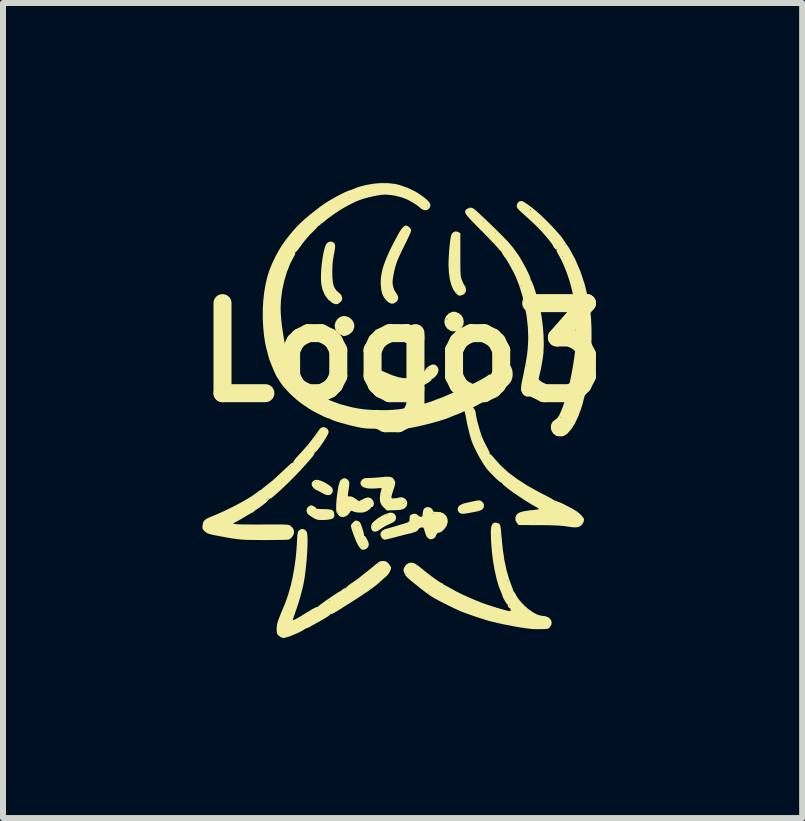
<source format=kicad_pcb>
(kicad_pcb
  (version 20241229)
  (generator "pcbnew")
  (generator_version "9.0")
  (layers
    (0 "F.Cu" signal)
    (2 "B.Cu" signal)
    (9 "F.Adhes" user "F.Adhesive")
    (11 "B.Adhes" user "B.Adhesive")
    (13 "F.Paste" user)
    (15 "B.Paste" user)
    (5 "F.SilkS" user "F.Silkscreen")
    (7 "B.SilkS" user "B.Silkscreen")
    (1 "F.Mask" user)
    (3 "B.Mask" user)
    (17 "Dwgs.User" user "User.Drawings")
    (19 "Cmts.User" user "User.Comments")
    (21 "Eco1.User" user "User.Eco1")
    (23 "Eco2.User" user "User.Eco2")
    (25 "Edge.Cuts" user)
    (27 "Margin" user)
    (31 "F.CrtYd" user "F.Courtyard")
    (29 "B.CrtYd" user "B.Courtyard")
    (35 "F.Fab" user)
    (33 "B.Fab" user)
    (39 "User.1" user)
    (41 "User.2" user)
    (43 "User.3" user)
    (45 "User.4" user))
  (footprint "Logo3"
    (layer "F.Cu")
    (at 3.657 2.822)
    (property "Reference" "Logo3" (at 0 0 0) (layer "F.SilkS") (effects (font (size 1.5 1.5) (thickness 0.3))))
    (attr board_only exclude_from_pos_files exclude_from_bom)
    (fp_poly (pts (xy 0.371 0.305) (xy 0.365 0.311) (xy 0.359 0.305) (xy 0.365 0.299)) (stroke (width 0) (type solid)) (fill yes) (layer "F.SilkS"))
    (fp_poly (pts (xy -1.367 2.135) (xy -1.3 2.165) (xy -1.293 2.169) (xy -1.228 2.208) (xy -1.185 2.243) (xy -1.164 2.278) (xy -1.162 2.313) (xy -1.179 2.349) (xy -1.208 2.374) (xy -1.249 2.378) (xy -1.3 2.363) (xy -1.35 2.336) (xy -1.386 2.315) (xy -1.415 2.3) (xy -1.43 2.295) (xy -1.447 2.287) (xy -1.472 2.268) (xy -1.481 2.26) (xy -1.51 2.222) (xy -1.516 2.185) (xy -1.499 2.15) (xy -1.494 2.146) (xy -1.458 2.146) (xy -1.452 2.152) (xy -1.446 2.146) (xy -1.452 2.14) (xy -1.458 2.146) (xy -1.494 2.146) (xy -1.491 2.143) (xy -1.46 2.124) (xy -1.419 2.122)) (stroke (width 0) (type solid)) (fill yes) (layer "F.SilkS"))
    (fp_poly (pts (xy 1.293 2.467) (xy 1.305 2.472) (xy 1.308 2.474) (xy 1.34 2.501) (xy 1.356 2.538) (xy 1.353 2.576) (xy 1.35 2.584) (xy 1.337 2.604) (xy 1.321 2.619) (xy 1.296 2.632) (xy 1.259 2.644) (xy 1.208 2.655) (xy 1.136 2.669) (xy 1.123 2.671) (xy 1.061 2.682) (xy 1.018 2.687) (xy 0.989 2.687) (xy 0.968 2.683) (xy 0.951 2.673) (xy 0.944 2.668) (xy 0.922 2.637) (xy 0.917 2.613) (xy 0.926 2.575) (xy 0.954 2.545) (xy 1.003 2.521) (xy 1.055 2.507) (xy 1.132 2.49) (xy 1.19 2.477) (xy 1.231 2.469) (xy 1.26 2.465) (xy 1.279 2.465)) (stroke (width 0) (type solid)) (fill yes) (layer "F.SilkS"))
    (fp_poly (pts (xy -0.945 -0.605) (xy -0.898 -0.588) (xy -0.858 -0.559) (xy -0.826 -0.52) (xy -0.807 -0.475) (xy -0.804 -0.425) (xy -0.821 -0.373) (xy -0.83 -0.357) (xy -0.859 -0.325) (xy -0.896 -0.299) (xy -0.936 -0.281) (xy -0.973 -0.273) (xy -1 -0.278) (xy -1.01 -0.287) (xy -1.024 -0.294) (xy -1.028 -0.293) (xy -1.045 -0.295) (xy -1.068 -0.312) (xy -1.093 -0.339) (xy -1.114 -0.371) (xy -1.117 -0.377) (xy -1.076 -0.377) (xy -1.07 -0.371) (xy -1.064 -0.377) (xy -1.07 -0.382) (xy -1.076 -0.377) (xy -1.117 -0.377) (xy -1.122 -0.388) (xy -1.132 -0.448) (xy -1.118 -0.506) (xy -1.086 -0.555) (xy -1.042 -0.591) (xy -0.994 -0.607)) (stroke (width 0) (type solid)) (fill yes) (layer "F.SilkS"))
    (fp_poly (pts (xy -1.504 2.551) (xy -1.478 2.564) (xy -1.455 2.578) (xy -1.441 2.591) (xy -1.44 2.596) (xy -1.44 2.601) (xy -1.425 2.605) (xy -1.392 2.607) (xy -1.34 2.609) (xy -1.295 2.61) (xy -1.231 2.613) (xy -1.187 2.621) (xy -1.159 2.636) (xy -1.144 2.66) (xy -1.138 2.695) (xy -1.137 2.699) (xy -1.139 2.733) (xy -1.151 2.755) (xy -1.165 2.766) (xy -1.194 2.777) (xy -1.239 2.785) (xy -1.292 2.79) (xy -1.347 2.792) (xy -1.395 2.79) (xy -1.426 2.785) (xy -1.46 2.771) (xy -1.5 2.748) (xy -1.54 2.722) (xy -1.573 2.696) (xy -1.59 2.677) (xy -1.602 2.634) (xy -1.591 2.594) (xy -1.57 2.571) (xy -1.544 2.554) (xy -1.523 2.546) (xy -1.523 2.546)) (stroke (width 0) (type solid)) (fill yes) (layer "F.SilkS"))
    (fp_poly (pts (xy 0.879 -0.677) (xy 0.932 -0.656) (xy 0.979 -0.619) (xy 1.008 -0.572) (xy 1.019 -0.52) (xy 1.014 -0.469) (xy 0.994 -0.421) (xy 0.958 -0.383) (xy 0.909 -0.358) (xy 0.878 -0.352) (xy 0.836 -0.352) (xy 0.797 -0.362) (xy 0.795 -0.363) (xy 0.744 -0.398) (xy 0.725 -0.424) (xy 0.968 -0.424) (xy 0.974 -0.418) (xy 0.98 -0.424) (xy 0.974 -0.43) (xy 0.968 -0.424) (xy 0.725 -0.424) (xy 0.712 -0.444) (xy 0.697 -0.497) (xy 0.701 -0.551) (xy 0.703 -0.556) (xy 0.717 -0.556) (xy 0.723 -0.55) (xy 0.729 -0.556) (xy 0.741 -0.556) (xy 0.747 -0.55) (xy 0.753 -0.556) (xy 0.747 -0.562) (xy 0.741 -0.556) (xy 0.729 -0.556) (xy 0.723 -0.562) (xy 0.717 -0.556) (xy 0.703 -0.556) (xy 0.724 -0.603) (xy 0.767 -0.648) (xy 0.776 -0.654) (xy 0.827 -0.677)) (stroke (width 0) (type solid)) (fill yes) (layer "F.SilkS"))
    (fp_poly (pts (xy -1.166 -1.841) (xy -1.144 -1.826) (xy -1.13 -1.807) (xy -1.124 -1.779) (xy -1.125 -1.739) (xy -1.134 -1.682) (xy -1.143 -1.638) (xy -1.159 -1.547) (xy -1.168 -1.461) (xy -1.171 -1.365) (xy -1.171 -1.344) (xy -1.169 -1.25) (xy -1.163 -1.176) (xy -1.151 -1.118) (xy -1.13 -1.071) (xy -1.101 -1.031) (xy -1.061 -0.994) (xy -1.041 -0.979) (xy -1.021 -0.953) (xy -1.008 -0.917) (xy -1.006 -0.886) (xy -1.016 -0.862) (xy -1.038 -0.837) (xy -1.075 -0.809) (xy -1.112 -0.803) (xy -1.155 -0.817) (xy -1.171 -0.826) (xy -1.239 -0.881) (xy -1.293 -0.953) (xy -1.332 -1.042) (xy -1.352 -1.124) (xy -1.359 -1.193) (xy -1.36 -1.278) (xy -1.356 -1.372) (xy -1.347 -1.471) (xy -1.334 -1.568) (xy -1.318 -1.658) (xy -1.299 -1.736) (xy -1.278 -1.796) (xy -1.277 -1.798) (xy -1.252 -1.829) (xy -1.217 -1.846) (xy -1.179 -1.846)) (stroke (width 0) (type solid)) (fill yes) (layer "F.SilkS"))
    (fp_poly (pts (xy -0.167 2.672) (xy -0.134 2.692) (xy -0.113 2.723) (xy -0.108 2.761) (xy -0.122 2.799) (xy -0.128 2.807) (xy -0.15 2.824) (xy -0.186 2.844) (xy -0.226 2.862) (xy -0.278 2.886) (xy -0.332 2.918) (xy -0.364 2.94) (xy -0.416 2.974) (xy -0.457 2.987) (xy -0.49 2.979) (xy -0.506 2.966) (xy -0.52 2.94) (xy -0.526 2.904) (xy -0.526 2.902) (xy -0.524 2.881) (xy -0.514 2.881) (xy -0.51 2.89) (xy -0.506 2.889) (xy -0.505 2.874) (xy -0.506 2.873) (xy -0.513 2.874) (xy -0.514 2.881) (xy -0.524 2.881) (xy -0.523 2.876) (xy -0.512 2.853) (xy -0.489 2.827) (xy -0.464 2.804) (xy -0.409 2.761) (xy -0.345 2.722) (xy -0.315 2.707) (xy -0.263 2.707) (xy -0.257 2.713) (xy -0.251 2.707) (xy -0.257 2.701) (xy -0.263 2.707) (xy -0.315 2.707) (xy -0.28 2.691) (xy -0.221 2.671) (xy -0.21 2.669)) (stroke (width 0) (type solid)) (fill yes) (layer "F.SilkS"))
    (fp_poly (pts (xy 0.919 -2.011) (xy 0.93 -2.005) (xy 0.962 -1.986) (xy 0.962 -1.629) (xy 0.962 -1.527) (xy 0.963 -1.446) (xy 0.963 -1.383) (xy 0.965 -1.335) (xy 0.967 -1.298) (xy 0.97 -1.269) (xy 0.975 -1.247) (xy 0.981 -1.227) (xy 0.989 -1.206) (xy 0.991 -1.201) (xy 1.007 -1.163) (xy 1.02 -1.135) (xy 1.027 -1.124) (xy 1.037 -1.109) (xy 1.049 -1.083) (xy 1.05 -1.081) (xy 1.058 -1.034) (xy 1.045 -0.994) (xy 1.012 -0.964) (xy 0.97 -0.949) (xy 0.945 -0.946) (xy 0.925 -0.954) (xy 0.901 -0.974) (xy 0.886 -0.989) (xy 0.88 -0.998) (xy 0.896 -0.998) (xy 0.902 -0.992) (xy 0.908 -0.998) (xy 0.902 -1.004) (xy 0.896 -0.998) (xy 0.88 -0.998) (xy 0.844 -1.048) (xy 0.811 -1.128) (xy 0.786 -1.225) (xy 0.771 -1.338) (xy 0.765 -1.465) (xy 0.765 -1.47) (xy 0.767 -1.541) (xy 0.771 -1.619) (xy 0.776 -1.699) (xy 0.783 -1.777) (xy 0.791 -1.847) (xy 0.8 -1.906) (xy 0.809 -1.95) (xy 0.815 -1.969) (xy 0.842 -2.002) (xy 0.879 -2.017)) (stroke (width 0) (type solid)) (fill yes) (layer "F.SilkS"))
    (fp_poly (pts (xy -0.756 2.803) (xy -0.727 2.816) (xy -0.71 2.831) (xy -0.698 2.853) (xy -0.684 2.889) (xy -0.669 2.932) (xy -0.656 2.977) (xy -0.646 3.016) (xy -0.641 3.043) (xy -0.642 3.052) (xy -0.642 3.058) (xy -0.637 3.056) (xy -0.625 3.061) (xy -0.609 3.083) (xy -0.591 3.114) (xy -0.575 3.149) (xy -0.564 3.182) (xy -0.562 3.201) (xy -0.573 3.239) (xy -0.601 3.269) (xy -0.639 3.286) (xy -0.654 3.287) (xy -0.677 3.284) (xy -0.697 3.271) (xy -0.719 3.244) (xy -0.727 3.233) (xy -0.693 3.233) (xy -0.687 3.239) (xy -0.681 3.233) (xy -0.687 3.227) (xy -0.693 3.233) (xy -0.727 3.233) (xy -0.733 3.224) (xy -0.752 3.192) (xy -0.774 3.144) (xy -0.797 3.088) (xy -0.82 3.028) (xy -0.839 2.972) (xy -0.854 2.924) (xy -0.86 2.89) (xy -0.861 2.887) (xy -0.741 2.887) (xy -0.735 2.893) (xy -0.729 2.887) (xy -0.735 2.881) (xy -0.741 2.887) (xy -0.861 2.887) (xy -0.861 2.885) (xy -0.853 2.866) (xy -0.833 2.84) (xy -0.824 2.831) (xy -0.797 2.807) (xy -0.773 2.8)) (stroke (width 0) (type solid)) (fill yes) (layer "F.SilkS"))
    (fp_poly (pts (xy 0.083 -2.107) (xy 0.113 -2.085) (xy 0.136 -2.057) (xy 0.143 -2.035) (xy 0.138 -2.015) (xy 0.124 -1.978) (xy 0.102 -1.929) (xy 0.075 -1.872) (xy 0.061 -1.843) (xy 0.022 -1.764) (xy -0.01 -1.7) (xy -0.037 -1.643) (xy -0.062 -1.588) (xy -0.084 -1.536) (xy -0.106 -1.476) (xy -0.127 -1.404) (xy -0.145 -1.326) (xy -0.159 -1.252) (xy -0.166 -1.189) (xy -0.167 -1.165) (xy -0.161 -1.111) (xy -0.145 -1.057) (xy -0.123 -1.013) (xy -0.116 -1.004) (xy -0.083 -0.953) (xy -0.072 -0.907) (xy -0.085 -0.866) (xy -0.104 -0.843) (xy -0.146 -0.816) (xy -0.189 -0.813) (xy -0.233 -0.833) (xy -0.268 -0.864) (xy -0.311 -0.918) (xy -0.34 -0.979) (xy -0.357 -1.052) (xy -0.364 -1.142) (xy -0.364 -1.165) (xy -0.361 -1.243) (xy -0.349 -1.323) (xy -0.329 -1.408) (xy -0.298 -1.5) (xy -0.257 -1.602) (xy -0.222 -1.679) (xy -0.06 -1.679) (xy -0.054 -1.673) (xy -0.048 -1.679) (xy -0.054 -1.685) (xy -0.06 -1.679) (xy -0.222 -1.679) (xy -0.205 -1.717) (xy -0.14 -1.845) (xy -0.065 -1.984) (xy -0.028 -2.044) (xy 0.007 -2.087) (xy 0.038 -2.111) (xy 0.055 -2.116)) (stroke (width 0) (type solid)) (fill yes) (layer "F.SilkS"))
    (fp_poly (pts (xy 0.547 0.208) (xy 0.577 0.234) (xy 0.595 0.273) (xy 0.598 0.295) (xy 0.591 0.332) (xy 0.571 0.37) (xy 0.554 0.391) (xy 0.527 0.42) (xy 0.505 0.436) (xy 0.495 0.438) (xy 0.484 0.439) (xy 0.485 0.447) (xy 0.479 0.462) (xy 0.454 0.484) (xy 0.415 0.51) (xy 0.364 0.538) (xy 0.306 0.566) (xy 0.29 0.573) (xy 0.204 0.6) (xy 0.108 0.615) (xy 0.013 0.616) (xy -0.036 0.61) (xy -0.092 0.597) (xy -0.159 0.576) (xy -0.231 0.55) (xy -0.303 0.52) (xy -0.37 0.489) (xy -0.425 0.46) (xy -0.382 0.46) (xy -0.377 0.466) (xy -0.371 0.46) (xy -0.377 0.454) (xy -0.382 0.46) (xy -0.425 0.46) (xy -0.428 0.458) (xy -0.472 0.431) (xy -0.491 0.415) (xy -0.511 0.378) (xy -0.51 0.337) (xy -0.49 0.301) (xy -0.47 0.285) (xy -0.447 0.277) (xy -0.417 0.28) (xy -0.375 0.293) (xy -0.318 0.317) (xy -0.295 0.328) (xy -0.177 0.378) (xy -0.074 0.411) (xy 0.018 0.428) (xy 0.101 0.428) (xy 0.177 0.411) (xy 0.25 0.378) (xy 0.307 0.34) (xy 0.335 0.322) (xy 0.356 0.314) (xy 0.359 0.314) (xy 0.373 0.307) (xy 0.377 0.296) (xy 0.391 0.269) (xy 0.391 0.269) (xy 0.418 0.269) (xy 0.424 0.275) (xy 0.43 0.269) (xy 0.424 0.263) (xy 0.418 0.269) (xy 0.391 0.269) (xy 0.423 0.239) (xy 0.467 0.21) (xy 0.468 0.209) (xy 0.509 0.199)) (stroke (width 0) (type solid)) (fill yes) (layer "F.SilkS"))
    (fp_poly (pts (xy -0.197 2.075) (xy -0.17 2.086) (xy -0.151 2.105) (xy -0.135 2.134) (xy -0.126 2.153) (xy -0.122 2.171) (xy -0.124 2.192) (xy -0.131 2.222) (xy -0.145 2.266) (xy -0.155 2.296) (xy -0.175 2.358) (xy -0.185 2.402) (xy -0.185 2.425) (xy -0.184 2.427) (xy -0.166 2.431) (xy -0.133 2.43) (xy -0.09 2.424) (xy -0.047 2.414) (xy -0.041 2.413) (xy -0.006 2.413) (xy 0.031 2.43) (xy 0.061 2.457) (xy 0.064 2.462) (xy 0.079 2.508) (xy 0.071 2.551) (xy 0.041 2.59) (xy 0.032 2.597) (xy 0.011 2.609) (xy -0.013 2.617) (xy -0.046 2.623) (xy -0.093 2.626) (xy -0.135 2.628) (xy -0.263 2.632) (xy -0.316 2.58) (xy -0.349 2.542) (xy -0.364 2.516) (xy 0.012 2.516) (xy 0.018 2.522) (xy 0.024 2.516) (xy 0.018 2.51) (xy 0.012 2.516) (xy -0.364 2.516) (xy -0.368 2.509) (xy -0.369 2.504) (xy 0.036 2.504) (xy 0.042 2.51) (xy 0.048 2.504) (xy 0.042 2.498) (xy 0.036 2.504) (xy -0.369 2.504) (xy -0.377 2.472) (xy -0.378 2.416) (xy -0.371 2.351) (xy -0.355 2.289) (xy -0.351 2.278) (xy -0.349 2.267) (xy -0.354 2.261) (xy -0.372 2.26) (xy -0.408 2.262) (xy -0.429 2.264) (xy -0.515 2.268) (xy -0.587 2.263) (xy -0.643 2.249) (xy -0.678 2.228) (xy -0.701 2.193) (xy -0.701 2.158) (xy -0.677 2.122) (xy -0.676 2.121) (xy -0.654 2.104) (xy -0.628 2.095) (xy -0.589 2.092) (xy -0.577 2.092) (xy -0.537 2.091) (xy -0.481 2.087) (xy -0.417 2.083) (xy -0.362 2.078) (xy -0.289 2.071) (xy -0.235 2.07)) (stroke (width 0) (type solid)) (fill yes) (layer "F.SilkS"))
    (fp_poly (pts (xy -0.95 2.096) (xy -0.915 2.12) (xy -0.914 2.121) (xy -0.898 2.14) (xy -0.889 2.162) (xy -0.887 2.192) (xy -0.891 2.234) (xy -0.9 2.294) (xy -0.902 2.301) (xy -0.908 2.344) (xy -0.912 2.377) (xy -0.911 2.394) (xy -0.911 2.395) (xy -0.897 2.4) (xy -0.878 2.398) (xy -0.853 2.399) (xy -0.817 2.416) (xy -0.787 2.435) (xy -0.724 2.478) (xy -0.667 2.446) (xy -0.627 2.428) (xy -0.59 2.417) (xy -0.574 2.414) (xy -0.534 2.425) (xy -0.501 2.454) (xy -0.481 2.493) (xy -0.478 2.515) (xy -0.483 2.546) (xy -0.495 2.569) (xy -0.51 2.577) (xy -0.519 2.573) (xy -0.525 2.573) (xy -0.524 2.58) (xy -0.531 2.595) (xy -0.554 2.616) (xy -0.577 2.632) (xy -0.615 2.653) (xy -0.652 2.664) (xy -0.698 2.668) (xy -0.709 2.668) (xy -0.769 2.664) (xy -0.815 2.652) (xy -0.822 2.649) (xy -0.848 2.637) (xy -0.862 2.639) (xy -0.875 2.658) (xy -0.878 2.665) (xy -0.913 2.709) (xy -0.965 2.737) (xy -0.987 2.742) (xy -1.02 2.743) (xy -1.049 2.727) (xy -1.054 2.723) (xy -1.08 2.696) (xy -1.088 2.683) (xy -1.076 2.683) (xy -1.07 2.689) (xy -1.064 2.683) (xy -1.07 2.677) (xy -1.076 2.683) (xy -1.088 2.683) (xy -1.098 2.67) (xy -1.1 2.66) (xy -1.088 2.66) (xy -1.082 2.666) (xy -1.076 2.66) (xy -1.082 2.654) (xy -1.088 2.66) (xy -1.1 2.66) (xy -1.105 2.642) (xy -1.107 2.595) (xy -1.106 2.533) (xy -1.101 2.462) (xy -1.093 2.384) (xy -1.081 2.304) (xy -1.077 2.277) (xy -1.065 2.217) (xy -1.055 2.176) (xy -1.045 2.148) (xy -1.033 2.129) (xy -1.022 2.119) (xy -0.985 2.096)) (stroke (width 0) (type solid)) (fill yes) (layer "F.SilkS"))
    (fp_poly (pts (xy 0.469 2.588) (xy 0.499 2.618) (xy 0.506 2.636) (xy 0.514 2.65) (xy 0.532 2.656) (xy 0.565 2.656) (xy 0.572 2.655) (xy 0.635 2.661) (xy 0.687 2.684) (xy 0.726 2.722) (xy 0.748 2.77) (xy 0.753 2.824) (xy 0.736 2.881) (xy 0.725 2.902) (xy 0.692 2.946) (xy 0.657 2.979) (xy 0.625 2.998) (xy 0.612 3) (xy 0.582 3.008) (xy 0.563 3.034) (xy 0.557 3.051) (xy 0.539 3.083) (xy 0.507 3.105) (xy 0.47 3.113) (xy 0.451 3.109) (xy 0.423 3.093) (xy 0.401 3.068) (xy 0.383 3.027) (xy 0.371 2.987) (xy 0.36 2.95) (xy 0.349 2.924) (xy 0.343 2.916) (xy 0.326 2.916) (xy 0.307 2.917) (xy 0.278 2.927) (xy 0.266 2.944) (xy 0.254 2.963) (xy 0.233 2.979) (xy 0.201 2.993) (xy 0.152 3.008) (xy 0.096 3.022) (xy 0.04 3.035) (xy -0.028 3.053) (xy -0.099 3.071) (xy -0.143 3.083) (xy -0.199 3.097) (xy -0.248 3.109) (xy -0.283 3.117) (xy -0.301 3.12) (xy -0.322 3.111) (xy -0.345 3.09) (xy -0.346 3.088) (xy -0.368 3.046) (xy -0.367 3.008) (xy -0.344 2.974) (xy -0.301 2.947) (xy -0.263 2.935) (xy -0.226 2.925) (xy -0.173 2.91) (xy -0.111 2.892) (xy -0.047 2.873) (xy -0.042 2.871) (xy 0.02 2.853) (xy 0.063 2.839) (xy 0.091 2.828) (xy 0.106 2.818) (xy 0.113 2.807) (xy 0.114 2.794) (xy 0.115 2.79) (xy 0.117 2.748) (xy 0.123 2.723) (xy 0.135 2.707) (xy 0.155 2.696) (xy 0.198 2.685) (xy 0.239 2.697) (xy 0.262 2.718) (xy 0.286 2.733) (xy 0.306 2.737) (xy 0.324 2.735) (xy 0.332 2.723) (xy 0.335 2.696) (xy 0.335 2.684) (xy 0.335 2.683) (xy 0.502 2.683) (xy 0.508 2.689) (xy 0.514 2.683) (xy 0.508 2.677) (xy 0.502 2.683) (xy 0.335 2.683) (xy 0.343 2.631) (xy 0.365 2.594) (xy 0.401 2.577) (xy 0.424 2.575)) (stroke (width 0) (type solid)) (fill yes) (layer "F.SilkS"))
    (fp_poly (pts (xy 2.005 -2.517) (xy 2.044 -2.493) (xy 2.098 -2.456) (xy 2.165 -2.405) (xy 2.229 -2.352) (xy 2.285 -2.304) (xy 2.349 -2.243) (xy 2.418 -2.175) (xy 2.487 -2.104) (xy 2.551 -2.035) (xy 2.607 -1.972) (xy 2.65 -1.92) (xy 2.656 -1.912) (xy 2.775 -1.737) (xy 2.877 -1.55) (xy 2.963 -1.35) (xy 3.034 -1.136) (xy 3.09 -0.904) (xy 3.121 -0.733) (xy 3.139 -0.581) (xy 3.147 -0.412) (xy 3.148 -0.23) (xy 3.14 -0.04) (xy 3.125 0.154) (xy 3.102 0.346) (xy 3.073 0.533) (xy 3.037 0.709) (xy 2.995 0.871) (xy 2.976 0.932) (xy 2.925 1.069) (xy 2.87 1.184) (xy 2.811 1.277) (xy 2.749 1.348) (xy 2.73 1.363) (xy 2.692 1.388) (xy 2.654 1.397) (xy 2.631 1.398) (xy 2.592 1.395) (xy 2.56 1.388) (xy 2.552 1.384) (xy 2.507 1.347) (xy 2.479 1.3) (xy 2.469 1.249) (xy 2.476 1.199) (xy 2.5 1.154) (xy 2.542 1.119) (xy 2.556 1.112) (xy 2.58 1.091) (xy 2.586 1.082) (xy 2.63 1.082) (xy 2.636 1.088) (xy 2.642 1.082) (xy 2.636 1.076) (xy 2.63 1.082) (xy 2.586 1.082) (xy 2.608 1.049) (xy 2.637 0.987) (xy 2.668 0.91) (xy 2.699 0.818) (xy 2.73 0.715) (xy 2.76 0.603) (xy 2.789 0.484) (xy 2.814 0.36) (xy 2.82 0.329) (xy 2.841 0.21) (xy 2.857 0.107) (xy 2.869 0.014) (xy 2.878 -0.075) (xy 2.883 -0.167) (xy 2.886 -0.269) (xy 2.886 -0.388) (xy 2.886 -0.406) (xy 2.886 -0.506) (xy 2.885 -0.585) (xy 2.883 -0.65) (xy 2.88 -0.704) (xy 2.876 -0.753) (xy 2.869 -0.799) (xy 2.861 -0.849) (xy 2.859 -0.861) (xy 2.836 -0.976) (xy 2.812 -1.079) (xy 2.785 -1.178) (xy 2.755 -1.271) (xy 2.722 -1.363) (xy 2.683 -1.458) (xy 2.64 -1.55) (xy 2.615 -1.596) (xy 2.654 -1.596) (xy 2.66 -1.59) (xy 2.666 -1.596) (xy 2.66 -1.602) (xy 2.654 -1.596) (xy 2.615 -1.596) (xy 2.597 -1.629) (xy 2.584 -1.652) (xy 2.569 -1.683) (xy 2.564 -1.707) (xy 2.565 -1.712) (xy 2.568 -1.721) (xy 2.564 -1.718) (xy 2.551 -1.72) (xy 2.533 -1.735) (xy 2.517 -1.754) (xy 2.51 -1.771) (xy 2.503 -1.787) (xy 2.494 -1.799) (xy 2.701 -1.799) (xy 2.707 -1.793) (xy 2.713 -1.799) (xy 2.707 -1.805) (xy 2.701 -1.799) (xy 2.494 -1.799) (xy 2.482 -1.817) (xy 2.45 -1.859) (xy 2.41 -1.908) (xy 2.364 -1.962) (xy 2.317 -2.016) (xy 2.277 -2.058) (xy 2.225 -2.11) (xy 2.188 -2.146) (xy 2.271 -2.146) (xy 2.277 -2.14) (xy 2.283 -2.146) (xy 2.277 -2.152) (xy 2.271 -2.146) (xy 2.188 -2.146) (xy 2.165 -2.167) (xy 2.103 -2.225) (xy 2.065 -2.259) (xy 2.006 -2.312) (xy 1.963 -2.351) (xy 1.947 -2.367) (xy 2.119 -2.367) (xy 2.12 -2.367) (xy 2.131 -2.375) (xy 2.134 -2.379) (xy 2.137 -2.39) (xy 2.135 -2.391) (xy 2.124 -2.382) (xy 2.122 -2.379) (xy 2.119 -2.367) (xy 1.947 -2.367) (xy 1.933 -2.381) (xy 1.915 -2.403) (xy 1.905 -2.42) (xy 1.901 -2.435) (xy 1.901 -2.443) (xy 1.911 -2.482) (xy 1.938 -2.512) (xy 1.976 -2.525) (xy 1.98 -2.525)) (stroke (width 0) (type solid)) (fill yes) (layer "F.SilkS"))
    (fp_poly (pts (xy 1.194 -2.39) (xy 1.203 -2.383) (xy 1.328 -2.267) (xy 1.443 -2.158) (xy 1.547 -2.057) (xy 1.639 -1.966) (xy 1.717 -1.886) (xy 1.78 -1.818) (xy 1.826 -1.763) (xy 1.841 -1.743) (xy 1.867 -1.709) (xy 1.887 -1.681) (xy 1.897 -1.667) (xy 1.924 -1.631) (xy 1.955 -1.581) (xy 1.99 -1.522) (xy 2.025 -1.459) (xy 2.059 -1.395) (xy 2.088 -1.335) (xy 2.112 -1.284) (xy 2.127 -1.245) (xy 2.132 -1.226) (xy 2.135 -1.206) (xy 2.139 -1.203) (xy 2.146 -1.196) (xy 2.159 -1.17) (xy 2.175 -1.128) (xy 2.194 -1.075) (xy 2.214 -1.012) (xy 2.235 -0.945) (xy 2.255 -0.877) (xy 2.272 -0.812) (xy 2.287 -0.753) (xy 2.29 -0.739) (xy 2.317 -0.59) (xy 2.337 -0.435) (xy 2.349 -0.28) (xy 2.352 -0.134) (xy 2.347 -0.000412) (xy 2.344 0.03) (xy 2.334 0.107) (xy 2.32 0.191) (xy 2.302 0.285) (xy 2.277 0.394) (xy 2.247 0.521) (xy 2.238 0.555) (xy 2.219 0.623) (xy 2.201 0.67) (xy 2.181 0.702) (xy 2.155 0.721) (xy 2.122 0.732) (xy 2.101 0.735) (xy 2.065 0.735) (xy 2.035 0.721) (xy 2.02 0.709) (xy 1.997 0.685) (xy 1.989 0.664) (xy 1.989 0.661) (xy 1.989 0.65) (xy 1.984 0.652) (xy 1.976 0.647) (xy 1.973 0.623) (xy 1.974 0.585) (xy 1.979 0.537) (xy 1.989 0.482) (xy 1.991 0.472) (xy 1.996 0.448) (xy 2.211 0.448) (xy 2.217 0.454) (xy 2.223 0.448) (xy 2.217 0.442) (xy 2.211 0.448) (xy 1.996 0.448) (xy 2.02 0.334) (xy 2.042 0.221) (xy 2.056 0.221) (xy 2.062 0.227) (xy 2.068 0.221) (xy 2.062 0.215) (xy 2.056 0.221) (xy 2.042 0.221) (xy 2.044 0.214) (xy 2.062 0.111) (xy 2.076 0.018) (xy 2.085 -0.066) (xy 2.09 -0.146) (xy 2.093 -0.225) (xy 2.093 -0.257) (xy 2.087 -0.422) (xy 2.068 -0.595) (xy 2.037 -0.769) (xy 1.997 -0.94) (xy 1.947 -1.102) (xy 1.946 -1.106) (xy 1.972 -1.106) (xy 1.978 -1.1) (xy 1.984 -1.106) (xy 1.978 -1.112) (xy 1.972 -1.106) (xy 1.946 -1.106) (xy 1.89 -1.25) (xy 1.854 -1.327) (xy 1.83 -1.372) (xy 1.803 -1.422) (xy 1.775 -1.472) (xy 1.749 -1.517) (xy 1.727 -1.553) (xy 1.713 -1.574) (xy 1.71 -1.578) (xy 1.695 -1.595) (xy 1.677 -1.622) (xy 1.66 -1.65) (xy 1.65 -1.67) (xy 1.65 -1.673) (xy 1.643 -1.685) (xy 1.64 -1.685) (xy 1.628 -1.694) (xy 1.608 -1.717) (xy 1.592 -1.736) (xy 1.573 -1.758) (xy 1.541 -1.793) (xy 1.513 -1.823) (xy 1.542 -1.823) (xy 1.548 -1.817) (xy 1.554 -1.823) (xy 1.548 -1.829) (xy 1.542 -1.823) (xy 1.513 -1.823) (xy 1.496 -1.84) (xy 1.442 -1.897) (xy 1.381 -1.959) (xy 1.351 -1.99) (xy 1.542 -1.99) (xy 1.548 -1.984) (xy 1.554 -1.99) (xy 1.548 -1.996) (xy 1.542 -1.99) (xy 1.351 -1.99) (xy 1.316 -2.026) (xy 1.296 -2.045) (xy 1.219 -2.123) (xy 1.163 -2.181) (xy 1.339 -2.181) (xy 1.345 -2.175) (xy 1.351 -2.181) (xy 1.345 -2.187) (xy 1.339 -2.181) (xy 1.163 -2.181) (xy 1.158 -2.186) (xy 1.111 -2.236) (xy 1.078 -2.275) (xy 1.055 -2.306) (xy 1.044 -2.329) (xy 1.041 -2.348) (xy 1.046 -2.364) (xy 1.053 -2.373) (xy 1.195 -2.373) (xy 1.201 -2.367) (xy 1.207 -2.373) (xy 1.201 -2.379) (xy 1.195 -2.373) (xy 1.053 -2.373) (xy 1.057 -2.378) (xy 1.068 -2.389) (xy 1.082 -2.397) (xy 1.1 -2.397) (xy 1.106 -2.391) (xy 1.112 -2.397) (xy 1.106 -2.403) (xy 1.1 -2.397) (xy 1.082 -2.397) (xy 1.107 -2.411) (xy 1.151 -2.411)) (stroke (width 0) (type solid)) (fill yes) (layer "F.SilkS"))
    (fp_poly (pts (xy 1.589 2.844) (xy 1.604 2.851) (xy 1.615 2.86) (xy 1.624 2.875) (xy 1.63 2.898) (xy 1.636 2.934) (xy 1.641 2.985) (xy 1.647 3.056) (xy 1.65 3.084) (xy 1.67 3.285) (xy 1.697 3.465) (xy 1.732 3.627) (xy 1.774 3.774) (xy 1.807 3.863) (xy 1.823 3.907) (xy 1.835 3.941) (xy 1.841 3.961) (xy 1.841 3.964) (xy 1.847 3.977) (xy 1.85 3.979) (xy 1.862 3.993) (xy 1.879 4.021) (xy 1.886 4.035) (xy 1.926 4.1) (xy 1.98 4.166) (xy 2.041 4.228) (xy 2.108 4.285) (xy 2.176 4.331) (xy 2.241 4.366) (xy 2.299 4.384) (xy 2.325 4.387) (xy 2.385 4.395) (xy 2.433 4.416) (xy 2.466 4.448) (xy 2.483 4.488) (xy 2.48 4.531) (xy 2.457 4.572) (xy 2.443 4.588) (xy 2.429 4.599) (xy 2.409 4.605) (xy 2.379 4.608) (xy 2.331 4.609) (xy 2.311 4.609) (xy 2.254 4.61) (xy 2.201 4.609) (xy 2.159 4.607) (xy 2.146 4.606) (xy 2.058 4.595) (xy 1.954 4.58) (xy 1.84 4.56) (xy 1.722 4.537) (xy 1.607 4.513) (xy 1.501 4.488) (xy 1.453 4.476) (xy 1.405 4.462) (xy 1.341 4.442) (xy 1.267 4.418) (xy 1.188 4.392) (xy 1.111 4.365) (xy 1.04 4.339) (xy 0.983 4.318) (xy 0.951 4.305) (xy 0.899 4.281) (xy 0.833 4.25) (xy 0.759 4.213) (xy 0.684 4.176) (xy 0.615 4.14) (xy 0.557 4.109) (xy 0.538 4.099) (xy 0.465 4.054) (xy 0.403 4.01) (xy 0.43 4.01) (xy 0.436 4.016) (xy 0.442 4.01) (xy 0.436 4.004) (xy 0.43 4.01) (xy 0.403 4.01) (xy 0.385 3.997) (xy 0.294 3.927) (xy 0.281 3.917) (xy 0.235 3.879) (xy 0.181 3.836) (xy 0.131 3.796) (xy 0.13 3.794) (xy 0.082 3.753) (xy 0.051 3.717) (xy 0.035 3.687) (xy 0.048 3.687) (xy 0.054 3.693) (xy 0.06 3.687) (xy 0.054 3.682) (xy 0.048 3.687) (xy 0.035 3.687) (xy 0.031 3.681) (xy 0.03 3.676) (xy 0.018 3.642) (xy 0.015 3.618) (xy 0.022 3.595) (xy 0.029 3.581) (xy 0.054 3.544) (xy 0.227 3.544) (xy 0.233 3.55) (xy 0.239 3.544) (xy 0.233 3.538) (xy 0.227 3.544) (xy 0.054 3.544) (xy 0.061 3.533) (xy 0.103 3.508) (xy 0.141 3.502) (xy 0.166 3.504) (xy 0.19 3.51) (xy 0.217 3.523) (xy 0.25 3.546) (xy 0.295 3.581) (xy 0.329 3.609) (xy 0.396 3.663) (xy 0.462 3.714) (xy 0.525 3.76) (xy 0.579 3.799) (xy 0.624 3.828) (xy 0.656 3.845) (xy 0.669 3.849) (xy 0.681 3.858) (xy 0.681 3.861) (xy 0.689 3.872) (xy 0.691 3.873) (xy 0.705 3.878) (xy 0.735 3.894) (xy 0.777 3.916) (xy 0.817 3.939) (xy 0.898 3.983) (xy 0.995 4.031) (xy 1.103 4.08) (xy 1.215 4.128) (xy 1.321 4.171) (xy 1.369 4.188) (xy 1.431 4.209) (xy 1.5 4.231) (xy 1.572 4.254) (xy 1.642 4.274) (xy 1.702 4.291) (xy 1.748 4.303) (xy 1.765 4.307) (xy 1.791 4.31) (xy 1.8 4.302) (xy 1.801 4.286) (xy 1.797 4.266) (xy 1.792 4.262) (xy 1.778 4.259) (xy 1.763 4.242) (xy 1.754 4.225) (xy 1.769 4.225) (xy 1.775 4.231) (xy 1.781 4.225) (xy 1.775 4.219) (xy 1.769 4.225) (xy 1.754 4.225) (xy 1.752 4.222) (xy 1.752 4.206) (xy 1.753 4.201) (xy 1.781 4.201) (xy 1.787 4.207) (xy 1.793 4.201) (xy 1.787 4.195) (xy 1.781 4.201) (xy 1.753 4.201) (xy 1.754 4.197) (xy 1.749 4.199) (xy 1.739 4.192) (xy 1.723 4.17) (xy 1.704 4.139) (xy 1.685 4.104) (xy 1.67 4.072) (xy 1.662 4.05) (xy 1.661 4.046) (xy 1.657 4.032) (xy 1.646 4.005) (xy 1.639 3.989) (xy 1.599 3.886) (xy 1.576 3.807) (xy 1.745 3.807) (xy 1.751 3.813) (xy 1.757 3.807) (xy 1.751 3.801) (xy 1.745 3.807) (xy 1.576 3.807) (xy 1.564 3.763) (xy 1.533 3.625) (xy 1.507 3.476) (xy 1.488 3.319) (xy 1.475 3.16) (xy 1.47 3.002) (xy 1.47 2.982) (xy 1.475 2.913) (xy 1.491 2.866) (xy 1.518 2.84) (xy 1.555 2.835)) (stroke (width 0) (type solid)) (fill yes) (layer "F.SilkS"))
    (fp_poly (pts (xy -1.624 2.956) (xy -1.598 2.988) (xy -1.591 3.006) (xy -1.586 3.044) (xy -1.583 3.101) (xy -1.583 3.175) (xy -1.586 3.261) (xy -1.591 3.356) (xy -1.598 3.455) (xy -1.608 3.556) (xy -1.619 3.654) (xy -1.631 3.746) (xy -1.639 3.795) (xy -1.656 3.883) (xy -1.681 3.985) (xy -1.711 4.095) (xy -1.744 4.204) (xy -1.775 4.295) (xy -1.794 4.351) (xy -1.811 4.399) (xy -1.823 4.434) (xy -1.829 4.452) (xy -1.829 4.453) (xy -1.822 4.459) (xy -1.799 4.451) (xy -1.761 4.431) (xy -1.72 4.408) (xy -1.676 4.381) (xy -1.636 4.357) (xy -1.608 4.339) (xy -1.604 4.337) (xy -1.577 4.321) (xy -1.538 4.297) (xy -1.501 4.275) (xy -1.464 4.255) (xy -1.434 4.242) (xy -1.418 4.239) (xy -1.418 4.24) (xy -1.411 4.241) (xy -1.413 4.237) (xy -1.406 4.229) (xy -1.382 4.21) (xy -1.346 4.183) (xy -1.301 4.151) (xy -1.271 4.13) (xy -1.219 4.13) (xy -1.213 4.136) (xy -1.207 4.13) (xy -1.213 4.124) (xy -1.219 4.13) (xy -1.271 4.13) (xy -1.25 4.115) (xy -1.198 4.079) (xy -1.148 4.045) (xy -1.104 4.016) (xy -1.069 3.994) (xy -1.047 3.982) (xy -1.042 3.98) (xy -1.031 3.973) (xy -1.009 3.956) (xy -1.002 3.95) (xy -0.985 3.938) (xy -0.956 3.938) (xy -0.95 3.944) (xy -0.944 3.938) (xy -0.562 3.938) (xy -0.556 3.944) (xy -0.55 3.938) (xy -0.556 3.933) (xy -0.562 3.938) (xy -0.944 3.938) (xy -0.95 3.933) (xy -0.956 3.938) (xy -0.985 3.938) (xy -0.974 3.931) (xy -0.951 3.921) (xy -0.947 3.921) (xy -0.935 3.917) (xy -0.936 3.913) (xy -0.935 3.908) (xy -0.93 3.903) (xy -0.92 3.903) (xy -0.914 3.909) (xy -0.908 3.903) (xy -0.914 3.897) (xy -0.92 3.903) (xy -0.93 3.903) (xy -0.926 3.898) (xy -0.905 3.882) (xy -0.87 3.857) (xy -0.819 3.822) (xy -0.779 3.795) (xy -0.755 3.778) (xy -0.736 3.763) (xy -0.716 3.748) (xy -0.683 3.721) (xy -0.642 3.688) (xy -0.612 3.665) (xy -0.561 3.624) (xy -0.509 3.582) (xy -0.464 3.545) (xy -0.447 3.53) (xy -0.434 3.52) (xy -0.406 3.52) (xy -0.4 3.526) (xy -0.394 3.52) (xy -0.4 3.514) (xy -0.406 3.52) (xy -0.434 3.52) (xy -0.41 3.5) (xy -0.381 3.483) (xy -0.355 3.476) (xy -0.326 3.474) (xy -0.29 3.477) (xy -0.265 3.487) (xy -0.24 3.51) (xy -0.231 3.52) (xy -0.208 3.551) (xy -0.193 3.578) (xy -0.191 3.588) (xy -0.199 3.621) (xy -0.218 3.662) (xy -0.243 3.7) (xy -0.268 3.727) (xy -0.291 3.746) (xy -0.325 3.776) (xy -0.364 3.81) (xy -0.373 3.819) (xy -0.416 3.857) (xy -0.461 3.893) (xy -0.498 3.921) (xy -0.502 3.924) (xy -0.533 3.946) (xy -0.555 3.962) (xy -0.562 3.968) (xy -0.575 3.978) (xy -0.601 3.995) (xy -0.616 4.004) (xy -0.645 4.023) (xy -0.665 4.036) (xy -0.669 4.04) (xy -0.681 4.048) (xy -0.709 4.067) (xy -0.75 4.093) (xy -0.801 4.126) (xy -0.825 4.141) (xy -0.884 4.178) (xy -0.941 4.214) (xy -0.99 4.245) (xy -1.027 4.269) (xy -1.034 4.273) (xy -1.093 4.31) (xy -1.135 4.335) (xy -1.164 4.35) (xy -1.182 4.357) (xy -1.194 4.357) (xy -1.197 4.356) (xy -1.205 4.354) (xy -1.203 4.359) (xy -1.21 4.371) (xy -1.238 4.393) (xy -1.288 4.425) (xy -1.36 4.467) (xy -1.44 4.512) (xy -1.485 4.537) (xy -1.532 4.563) (xy -1.551 4.574) (xy -1.58 4.589) (xy -1.598 4.595) (xy -1.602 4.594) (xy -1.609 4.595) (xy -1.623 4.605) (xy -1.652 4.625) (xy -1.697 4.649) (xy -1.752 4.676) (xy -1.813 4.702) (xy -1.873 4.726) (xy -1.926 4.744) (xy -1.967 4.755) (xy -1.984 4.757) (xy -2.023 4.747) (xy -2.059 4.722) (xy -2.08 4.702) (xy -2.091 4.683) (xy -2.096 4.657) (xy -2.098 4.617) (xy -2.098 4.606) (xy -2.096 4.564) (xy -2.09 4.525) (xy -2.078 4.481) (xy -2.058 4.426) (xy -2.046 4.395) (xy -2.025 4.341) (xy -2.006 4.295) (xy -1.992 4.261) (xy -1.985 4.245) (xy -1.969 4.21) (xy -1.948 4.155) (xy -1.922 4.081) (xy -1.899 4.01) (xy -1.864 3.888) (xy -1.832 3.748) (xy -1.805 3.597) (xy -1.783 3.442) (xy -1.768 3.289) (xy -1.761 3.18) (xy -1.758 3.109) (xy -1.754 3.056) (xy -1.75 3.02) (xy -1.745 2.996) (xy -1.737 2.979) (xy -1.729 2.968) (xy -1.695 2.944) (xy -1.658 2.941)) (stroke (width 0) (type solid)) (fill yes) (layer "F.SilkS"))
    (fp_poly (pts (xy -1.269 1.259) (xy -1.243 1.286) (xy -1.231 1.322) (xy -1.231 1.326) (xy -1.238 1.348) (xy -1.255 1.383) (xy -1.281 1.428) (xy -1.312 1.478) (xy -1.346 1.529) (xy -1.38 1.577) (xy -1.412 1.618) (xy -1.438 1.648) (xy -1.456 1.663) (xy -1.461 1.664) (xy -1.467 1.668) (xy -1.466 1.671) (xy -1.469 1.689) (xy -1.489 1.721) (xy -1.527 1.768) (xy -1.548 1.792) (xy -1.575 1.822) (xy -1.609 1.861) (xy -1.643 1.899) (xy -1.703 1.965) (xy -1.768 2.033) (xy -1.836 2.103) (xy -1.905 2.171) (xy -1.974 2.237) (xy -2.038 2.298) (xy -2.098 2.351) (xy -2.149 2.396) (xy -2.191 2.43) (xy -2.207 2.44) (xy -2.205 2.438) (xy -2.202 2.427) (xy -2.204 2.426) (xy -2.215 2.435) (xy -2.217 2.438) (xy -2.22 2.45) (xy -2.22 2.45) (xy -2.221 2.45) (xy -2.237 2.455) (xy -2.237 2.455) (xy -2.245 2.454) (xy -2.243 2.459) (xy -2.248 2.472) (xy -2.271 2.496) (xy -2.309 2.527) (xy -2.358 2.564) (xy -2.416 2.605) (xy -2.426 2.611) (xy -2.457 2.633) (xy -2.479 2.65) (xy -2.484 2.656) (xy -2.498 2.665) (xy -2.498 2.666) (xy -2.512 2.671) (xy -2.542 2.687) (xy -2.582 2.71) (xy -2.614 2.73) (xy -2.665 2.76) (xy -2.716 2.79) (xy -2.757 2.813) (xy -2.773 2.821) (xy -2.827 2.849) (xy -2.785 2.859) (xy -2.763 2.861) (xy -2.721 2.863) (xy -2.661 2.865) (xy -2.586 2.866) (xy -2.5 2.866) (xy -2.404 2.867) (xy -2.324 2.866) (xy -2.211 2.866) (xy -2.12 2.865) (xy -2.048 2.866) (xy -1.993 2.866) (xy -1.951 2.868) (xy -1.921 2.87) (xy -1.9 2.874) (xy -1.885 2.878) (xy -1.875 2.883) (xy -1.873 2.884) (xy -1.829 2.923) (xy -1.809 2.969) (xy -1.809 3.009) (xy -1.823 3.046) (xy -1.847 3.082) (xy -1.877 3.108) (xy -1.901 3.118) (xy -1.931 3.12) (xy -1.981 3.122) (xy -2.046 3.123) (xy -2.123 3.124) (xy -2.208 3.125) (xy -2.296 3.125) (xy -2.383 3.125) (xy -2.465 3.124) (xy -2.538 3.123) (xy -2.598 3.122) (xy -2.641 3.12) (xy -2.648 3.12) (xy -2.743 3.111) (xy -2.853 3.096) (xy -2.98 3.074) (xy -3.126 3.046) (xy -3.154 3.04) (xy -3.209 3.027) (xy -3.247 3.014) (xy -3.277 2.997) (xy -3.296 2.98) (xy -3.321 2.955) (xy -3.332 2.934) (xy -3.334 2.906) (xy -3.332 2.879) (xy -3.326 2.842) (xy -3.314 2.814) (xy -3.293 2.79) (xy -3.259 2.767) (xy -3.208 2.743) (xy -3.148 2.719) (xy -3.064 2.683) (xy -2.968 2.64) (xy -2.868 2.591) (xy -2.767 2.54) (xy -2.672 2.489) (xy -2.594 2.444) (xy -2.271 2.444) (xy -2.265 2.45) (xy -2.259 2.444) (xy -2.265 2.438) (xy -2.271 2.444) (xy -2.594 2.444) (xy -2.587 2.44) (xy -2.575 2.432) (xy -2.247 2.432) (xy -2.241 2.438) (xy -2.235 2.432) (xy -2.241 2.426) (xy -2.247 2.432) (xy -2.575 2.432) (xy -2.52 2.398) (xy -2.516 2.396) (xy -2.469 2.364) (xy -2.431 2.336) (xy -2.404 2.316) (xy -2.393 2.305) (xy -2.393 2.305) (xy -2.379 2.296) (xy -2.373 2.295) (xy -2.355 2.289) (xy -2.353 2.286) (xy -2.342 2.274) (xy -2.317 2.253) (xy -2.282 2.226) (xy -2.271 2.217) (xy -2.227 2.182) (xy -2.183 2.147) (xy -2.149 2.118) (xy -2.147 2.116) (xy -2.112 2.084) (xy -2.068 2.043) (xy -2.018 1.997) (xy -1.967 1.95) (xy -1.922 1.908) (xy -1.908 1.895) (xy -1.877 1.895) (xy -1.871 1.901) (xy -1.865 1.895) (xy -1.871 1.889) (xy -1.877 1.895) (xy -1.908 1.895) (xy -1.886 1.874) (xy -1.873 1.862) (xy -1.848 1.843) (xy -1.829 1.836) (xy -1.826 1.837) (xy -1.819 1.837) (xy -1.822 1.83) (xy -1.818 1.815) (xy -1.798 1.786) (xy -1.764 1.745) (xy -1.749 1.729) (xy -1.656 1.628) (xy -1.587 1.548) (xy -1.566 1.548) (xy -1.56 1.554) (xy -1.554 1.548) (xy -1.56 1.542) (xy -1.566 1.548) (xy -1.587 1.548) (xy -1.577 1.537) (xy -1.507 1.449) (xy -1.466 1.393) (xy -1.458 1.393) (xy -1.452 1.398) (xy -1.446 1.393) (xy -1.452 1.387) (xy -1.458 1.393) (xy -1.466 1.393) (xy -1.461 1.387) (xy -1.44 1.357) (xy -1.422 1.357) (xy -1.416 1.363) (xy -1.41 1.357) (xy -1.416 1.351) (xy -1.422 1.357) (xy -1.44 1.357) (xy -1.429 1.342) (xy -1.4 1.303) (xy -1.378 1.274) (xy -1.37 1.264) (xy -1.339 1.246) (xy -1.303 1.245)) (stroke (width 0) (type solid)) (fill yes) (layer "F.SilkS"))
    (fp_poly (pts (xy -0.235 -2.82) (xy -0.121 -2.807) (xy -0.06 -2.793) (xy 0.079 -2.745) (xy 0.206 -2.685) (xy 0.276 -2.642) (xy 0.352 -2.588) (xy 0.407 -2.543) (xy 0.443 -2.505) (xy 0.461 -2.471) (xy 0.463 -2.44) (xy 0.45 -2.41) (xy 0.438 -2.394) (xy 0.404 -2.371) (xy 0.363 -2.37) (xy 0.317 -2.39) (xy 0.275 -2.425) (xy 0.266 -2.432) (xy 0.406 -2.432) (xy 0.412 -2.426) (xy 0.418 -2.432) (xy 0.412 -2.438) (xy 0.406 -2.432) (xy 0.266 -2.432) (xy 0.246 -2.448) (xy 0.216 -2.468) (xy 0.406 -2.468) (xy 0.412 -2.462) (xy 0.418 -2.468) (xy 0.412 -2.474) (xy 0.406 -2.468) (xy 0.216 -2.468) (xy 0.202 -2.478) (xy 0.149 -2.509) (xy 0.095 -2.539) (xy 0.054 -2.559) (xy -0.016 -2.584) (xy -0.099 -2.606) (xy -0.186 -2.622) (xy -0.266 -2.629) (xy -0.285 -2.63) (xy -0.359 -2.625) (xy -0.446 -2.611) (xy -0.54 -2.591) (xy -0.634 -2.566) (xy -0.72 -2.538) (xy -0.791 -2.509) (xy -0.808 -2.5) (xy -0.831 -2.489) (xy -0.866 -2.471) (xy -0.896 -2.456) (xy -0.96 -2.421) (xy -1.034 -2.377) (xy -1.112 -2.326) (xy -1.188 -2.273) (xy -1.256 -2.222) (xy -1.31 -2.178) (xy -1.314 -2.174) (xy -1.337 -2.155) (xy -1.349 -2.148) (xy -1.351 -2.149) (xy -1.356 -2.146) (xy -1.369 -2.13) (xy -1.387 -2.113) (xy -1.4 -2.11) (xy -1.408 -2.11) (xy -1.408 -2.107) (xy -1.414 -2.095) (xy -1.435 -2.071) (xy -1.466 -2.039) (xy -1.486 -2.02) (xy -1.547 -1.959) (xy -1.606 -1.892) (xy -1.668 -1.814) (xy -1.728 -1.731) (xy -1.754 -1.698) (xy -1.774 -1.677) (xy -1.787 -1.67) (xy -1.787 -1.671) (xy -1.791 -1.671) (xy -1.788 -1.664) (xy -1.788 -1.645) (xy -1.799 -1.617) (xy -1.803 -1.61) (xy -1.87 -1.485) (xy -1.927 -1.342) (xy -1.973 -1.188) (xy -2.007 -1.027) (xy -2.027 -0.865) (xy -2.032 -0.738) (xy -2.029 -0.647) (xy -2.021 -0.542) (xy -2.008 -0.428) (xy -1.991 -0.313) (xy -1.972 -0.202) (xy -1.951 -0.102) (xy -1.929 -0.02) (xy -1.928 -0.018) (xy -1.882 0.118) (xy -1.833 0.235) (xy -1.777 0.336) (xy -1.712 0.427) (xy -1.635 0.511) (xy -1.543 0.593) (xy -1.472 0.648) (xy -1.343 0.732) (xy -1.194 0.805) (xy -1.028 0.865) (xy -0.845 0.913) (xy -0.735 0.934) (xy -0.634 0.948) (xy -0.52 0.957) (xy -0.398 0.961) (xy -0.277 0.961) (xy -0.162 0.956) (xy -0.061 0.946) (xy -0.024 0.941) (xy 0.056 0.926) (xy 0.143 0.908) (xy 0.23 0.888) (xy 0.31 0.868) (xy 0.376 0.85) (xy 0.405 0.84) (xy 0.44 0.829) (xy 0.466 0.821) (xy 0.472 0.819) (xy 0.49 0.813) (xy 0.52 0.802) (xy 0.527 0.798) (xy 0.563 0.784) (xy 0.596 0.772) (xy 0.599 0.771) (xy 0.628 0.761) (xy 0.666 0.746) (xy 0.675 0.742) (xy 0.708 0.728) (xy 0.754 0.708) (xy 0.807 0.685) (xy 0.831 0.675) (xy 0.886 0.652) (xy 0.942 0.628) (xy 0.988 0.607) (xy 1.001 0.601) (xy 1.038 0.587) (xy 1.067 0.58) (xy 1.079 0.581) (xy 1.088 0.584) (xy 1.086 0.581) (xy 1.092 0.572) (xy 1.116 0.555) (xy 1.154 0.533) (xy 1.187 0.515) (xy 1.269 0.473) (xy 1.333 0.438) (xy 1.382 0.409) (xy 1.42 0.384) (xy 1.425 0.38) (xy 1.451 0.367) (xy 1.471 0.365) (xy 1.472 0.366) (xy 1.48 0.367) (xy 1.478 0.361) (xy 1.479 0.345) (xy 1.486 0.338) (xy 1.498 0.322) (xy 1.512 0.291) (xy 1.516 0.279) (xy 1.543 0.225) (xy 1.586 0.184) (xy 1.64 0.161) (xy 1.645 0.16) (xy 1.694 0.162) (xy 1.745 0.182) (xy 1.789 0.216) (xy 1.811 0.248) (xy 1.829 0.3) (xy 1.835 0.363) (xy 1.828 0.424) (xy 1.81 0.476) (xy 1.807 0.48) (xy 1.78 0.517) (xy 1.743 0.557) (xy 1.701 0.597) (xy 1.657 0.633) (xy 1.616 0.662) (xy 1.581 0.682) (xy 1.558 0.688) (xy 1.553 0.687) (xy 1.544 0.684) (xy 1.546 0.69) (xy 1.548 0.697) (xy 1.543 0.706) (xy 1.529 0.719) (xy 1.505 0.735) (xy 1.467 0.757) (xy 1.415 0.786) (xy 1.345 0.824) (xy 1.265 0.866) (xy 1.173 0.915) (xy 1.196 0.944) (xy 1.213 0.977) (xy 1.219 1.008) (xy 1.223 1.045) (xy 1.234 1.098) (xy 1.249 1.164) (xy 1.269 1.235) (xy 1.29 1.307) (xy 1.312 1.374) (xy 1.33 1.422) (xy 1.349 1.465) (xy 1.375 1.518) (xy 1.403 1.571) (xy 1.408 1.581) (xy 1.43 1.624) (xy 1.446 1.659) (xy 1.452 1.682) (xy 1.451 1.687) (xy 1.45 1.696) (xy 1.455 1.693) (xy 1.467 1.699) (xy 1.49 1.719) (xy 1.518 1.751) (xy 1.525 1.76) (xy 1.632 1.88) (xy 1.76 1.997) (xy 1.912 2.111) (xy 2.086 2.223) (xy 2.284 2.333) (xy 2.34 2.361) (xy 2.401 2.392) (xy 2.454 2.42) (xy 2.494 2.443) (xy 2.519 2.459) (xy 2.526 2.467) (xy 2.527 2.471) (xy 2.536 2.468) (xy 2.559 2.47) (xy 2.573 2.479) (xy 2.59 2.491) (xy 2.597 2.491) (xy 2.609 2.494) (xy 2.638 2.506) (xy 2.678 2.525) (xy 2.725 2.549) (xy 2.776 2.575) (xy 2.824 2.601) (xy 2.866 2.625) (xy 2.896 2.644) (xy 2.899 2.645) (xy 2.94 2.678) (xy 2.978 2.713) (xy 3.007 2.748) (xy 3.022 2.776) (xy 3.024 2.785) (xy 3.014 2.828) (xy 2.988 2.869) (xy 2.953 2.898) (xy 2.919 2.91) (xy 2.874 2.914) (xy 2.815 2.91) (xy 2.738 2.899) (xy 2.719 2.896) (xy 2.674 2.89) (xy 2.613 2.885) (xy 2.534 2.881) (xy 2.436 2.878) (xy 2.316 2.877) (xy 2.279 2.877) (xy 1.934 2.875) (xy 1.905 2.841) (xy 1.881 2.796) (xy 1.879 2.749) (xy 1.9 2.704) (xy 1.909 2.693) (xy 1.93 2.676) (xy 1.959 2.662) (xy 1.999 2.65) (xy 2.053 2.64) (xy 2.126 2.63) (xy 2.203 2.622) (xy 2.247 2.617) (xy 2.268 2.611) (xy 2.267 2.602) (xy 2.245 2.586) (xy 2.209 2.566) (xy 2.144 2.529) (xy 2.084 2.492) (xy 2.546 2.492) (xy 2.552 2.498) (xy 2.558 2.492) (xy 2.552 2.486) (xy 2.546 2.492) (xy 2.084 2.492) (xy 2.074 2.487) (xy 2.002 2.44) (xy 1.93 2.392) (xy 1.861 2.345) (xy 1.797 2.3) (xy 1.743 2.258) (xy 1.699 2.223) (xy 1.67 2.197) (xy 1.658 2.18) (xy 1.658 2.178) (xy 1.653 2.169) (xy 1.646 2.17) (xy 1.632 2.164) (xy 1.606 2.144) (xy 1.569 2.111) (xy 1.526 2.07) (xy 1.48 2.023) (xy 1.448 1.99) (xy 1.47 1.99) (xy 1.476 1.996) (xy 1.482 1.99) (xy 1.476 1.984) (xy 1.47 1.99) (xy 1.448 1.99) (xy 1.432 1.973) (xy 1.428 1.968) (xy 1.392 1.924) (xy 1.351 1.863) (xy 1.306 1.79) (xy 1.261 1.711) (xy 1.219 1.63) (xy 1.191 1.572) (xy 1.351 1.572) (xy 1.357 1.578) (xy 1.363 1.572) (xy 1.357 1.566) (xy 1.351 1.572) (xy 1.191 1.572) (xy 1.183 1.554) (xy 1.155 1.487) (xy 1.153 1.482) (xy 1.132 1.416) (xy 1.129 1.404) (xy 1.291 1.404) (xy 1.297 1.41) (xy 1.303 1.404) (xy 1.297 1.398) (xy 1.291 1.404) (xy 1.129 1.404) (xy 1.11 1.334) (xy 1.088 1.244) (xy 1.068 1.152) (xy 1.057 1.092) (xy 1.047 1.037) (xy 1.04 1.003) (xy 1.034 0.985) (xy 1.026 0.979) (xy 1.017 0.983) (xy 1.011 0.986) (xy 0.987 0.999) (xy 0.95 1.015) (xy 0.905 1.033) (xy 0.905 1.033) (xy 0.858 1.051) (xy 0.815 1.068) (xy 0.786 1.081) (xy 0.735 1.101) (xy 0.666 1.124) (xy 0.583 1.149) (xy 0.49 1.175) (xy 0.393 1.2) (xy 0.296 1.223) (xy 0.204 1.243) (xy 0.188 1.246) (xy 0.145 1.254) (xy 0.105 1.26) (xy 0.064 1.265) (xy 0.017 1.268) (xy -0.038 1.27) (xy -0.107 1.271) (xy -0.191 1.271) (xy -0.287 1.271) (xy -0.388 1.271) (xy -0.468 1.27) (xy -0.533 1.269) (xy -0.584 1.267) (xy -0.627 1.264) (xy -0.664 1.259) (xy -0.7 1.253) (xy -0.739 1.245) (xy -0.766 1.239) (xy -0.866 1.216) (xy -0.959 1.192) (xy -1.041 1.169) (xy -1.11 1.148) (xy -1.161 1.13) (xy -1.194 1.115) (xy -1.201 1.11) (xy -1.222 1.1) (xy -1.229 1.1) (xy -1.249 1.094) (xy -1.285 1.08) (xy -1.332 1.058) (xy -1.386 1.031) (xy -1.441 1.003) (xy -1.495 0.974) (xy -1.542 0.947) (xy -1.577 0.925) (xy -1.597 0.91) (xy -1.6 0.907) (xy -1.613 0.897) (xy -1.616 0.896) (xy -1.629 0.889) (xy -1.657 0.87) (xy -1.695 0.842) (xy -1.737 0.81) (xy -1.806 0.752) (xy -1.811 0.747) (xy -1.745 0.747) (xy -1.739 0.753) (xy -1.733 0.747) (xy -1.739 0.741) (xy -1.745 0.747) (xy -1.811 0.747) (xy -1.875 0.687) (xy -1.909 0.651) (xy -1.53 0.651) (xy -1.524 0.657) (xy -1.518 0.651) (xy -1.524 0.645) (xy -1.53 0.651) (xy -1.909 0.651) (xy -1.939 0.62) (xy -1.994 0.557) (xy -2.034 0.502) (xy -2.043 0.488) (xy -2.061 0.457) (xy -2.075 0.436) (xy -2.079 0.43) (xy -2.093 0.411) (xy -2.113 0.373) (xy -2.136 0.323) (xy -2.161 0.265) (xy -2.186 0.204) (xy -2.209 0.144) (xy -2.227 0.092) (xy -2.239 0.051) (xy -2.24 0.045) (xy -2.247 0.018) (xy -2.257 -0.021) (xy -2.265 -0.048) (xy -2.29 -0.157) (xy -2.309 -0.284) (xy -2.322 -0.423) (xy -2.329 -0.569) (xy -2.329 -0.716) (xy -2.321 -0.859) (xy -2.307 -0.991) (xy -2.307 -0.992) (xy -2.285 -1.125) (xy -2.258 -1.244) (xy -2.224 -1.356) (xy -2.18 -1.467) (xy -2.125 -1.584) (xy -2.064 -1.697) (xy -2.013 -1.781) (xy -1.948 -1.873) (xy -1.874 -1.968) (xy -1.797 -2.058) (xy -1.721 -2.138) (xy -1.685 -2.172) (xy -1.612 -2.237) (xy -1.532 -2.304) (xy -1.451 -2.368) (xy -1.373 -2.428) (xy -1.302 -2.478) (xy -1.243 -2.517) (xy -1.225 -2.527) (xy -1.192 -2.546) (xy -1.152 -2.569) (xy -1.142 -2.575) (xy -1.105 -2.596) (xy -1.059 -2.62) (xy -1.01 -2.645) (xy -0.962 -2.668) (xy -0.922 -2.686) (xy -0.893 -2.698) (xy -0.883 -2.701) (xy -0.864 -2.706) (xy -0.835 -2.717) (xy -0.833 -2.718) (xy -0.786 -2.737) (xy -0.747 -2.752) (xy -0.708 -2.764) (xy -0.661 -2.777) (xy -0.602 -2.791) (xy -0.482 -2.812) (xy -0.357 -2.822)) (stroke (width 0) (type solid)) (fill yes) (layer "F.SilkS")))
  (gr_rect
    (start -3 -3)
    (end 10.314 10.579)
    (stroke (width 0.1) (type default))
    (fill no)
    (layer "Edge.Cuts")))
</source>
